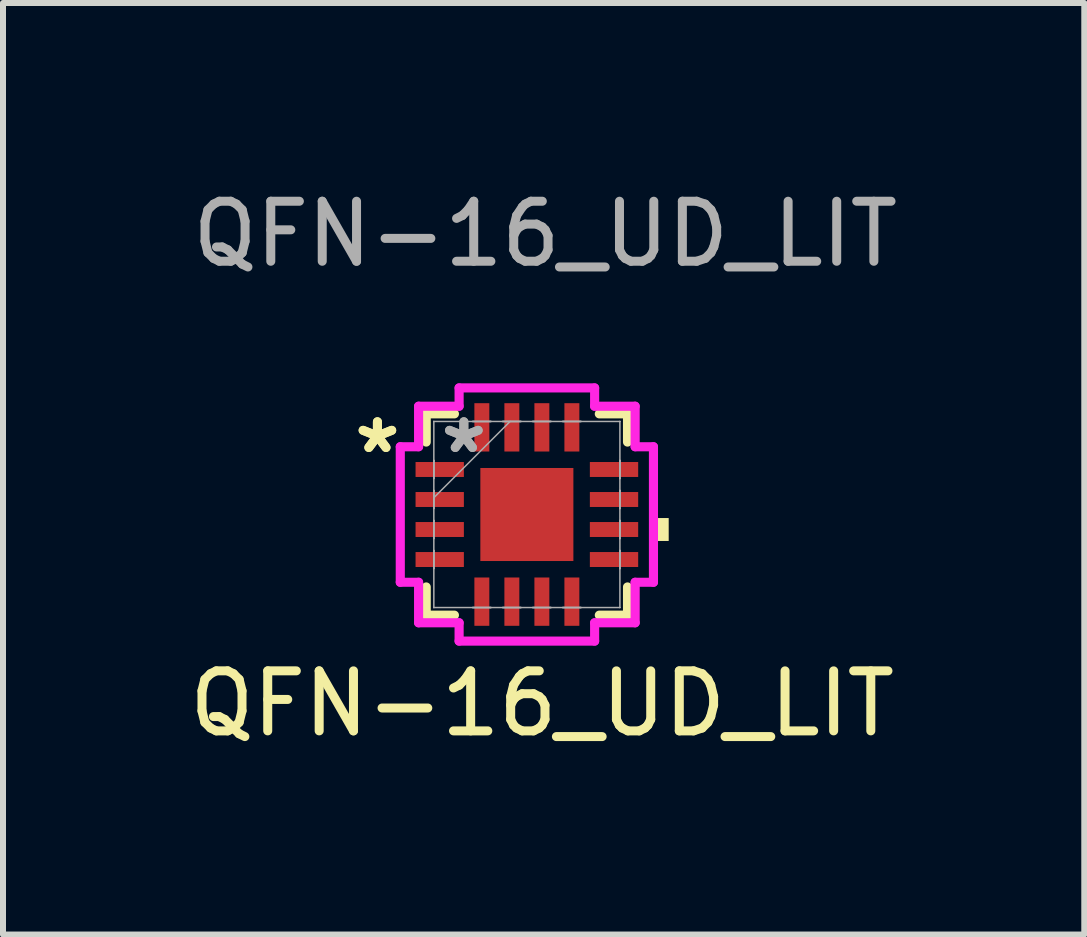
<source format=kicad_pcb>
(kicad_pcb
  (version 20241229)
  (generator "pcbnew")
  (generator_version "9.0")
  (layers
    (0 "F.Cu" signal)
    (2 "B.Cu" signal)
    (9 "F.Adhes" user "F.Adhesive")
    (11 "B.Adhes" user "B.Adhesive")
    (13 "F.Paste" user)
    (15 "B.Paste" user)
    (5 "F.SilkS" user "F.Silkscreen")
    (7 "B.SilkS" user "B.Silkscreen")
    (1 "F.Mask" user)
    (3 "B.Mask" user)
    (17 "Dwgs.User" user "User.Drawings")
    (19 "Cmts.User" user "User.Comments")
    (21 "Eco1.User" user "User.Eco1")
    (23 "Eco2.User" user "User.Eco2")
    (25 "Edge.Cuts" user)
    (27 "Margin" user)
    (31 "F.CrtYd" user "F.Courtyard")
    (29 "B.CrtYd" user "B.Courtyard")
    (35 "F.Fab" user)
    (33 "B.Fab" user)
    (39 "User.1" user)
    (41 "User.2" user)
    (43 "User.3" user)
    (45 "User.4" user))
  (footprint "QFN-16_UD_LIT"
    (layer "F.Cu")
    (at 5.728 5.522)
    (property "Reference" "QFN-16_UD_LIT" (at 0.254 3.15 0) (unlocked yes) (layer "F.SilkS") (effects (font (size 1 1) (thickness 0.15))))
    (attr smd)
    (fp_line (start -1.677 -1.677) (end -1.677 -1.207) (stroke (width 0.152) (type solid)) (layer "F.SilkS"))
    (fp_line (start -1.677 1.207) (end -1.677 1.677) (stroke (width 0.152) (type solid)) (layer "F.SilkS"))
    (fp_line (start -1.677 1.677) (end -1.207 1.677) (stroke (width 0.152) (type solid)) (layer "F.SilkS"))
    (fp_line (start -1.207 -1.677) (end -1.677 -1.677) (stroke (width 0.152) (type solid)) (layer "F.SilkS"))
    (fp_line (start 1.207 1.677) (end 1.677 1.677) (stroke (width 0.152) (type solid)) (layer "F.SilkS"))
    (fp_line (start 1.677 -1.677) (end 1.207 -1.677) (stroke (width 0.152) (type solid)) (layer "F.SilkS"))
    (fp_line (start 1.677 -1.207) (end 1.677 -1.677) (stroke (width 0.152) (type solid)) (layer "F.SilkS"))
    (fp_line (start 1.677 1.677) (end 1.677 1.207) (stroke (width 0.152) (type solid)) (layer "F.SilkS"))
    (fp_poly (pts (xy 2.363 0.059) (xy 2.363 0.441) (xy 2.109 0.441) (xy 2.109 0.059)) (stroke (width 0) (type solid)) (fill yes) (layer "F.SilkS"))
    (fp_line (start -2.109 -1.129) (end -1.804 -1.129) (stroke (width 0.152) (type solid)) (layer "F.CrtYd"))
    (fp_line (start -2.109 1.129) (end -2.109 -1.129) (stroke (width 0.152) (type solid)) (layer "F.CrtYd"))
    (fp_line (start -1.804 -1.804) (end -1.129 -1.804) (stroke (width 0.152) (type solid)) (layer "F.CrtYd"))
    (fp_line (start -1.804 -1.129) (end -1.804 -1.804) (stroke (width 0.152) (type solid)) (layer "F.CrtYd"))
    (fp_line (start -1.804 1.129) (end -2.109 1.129) (stroke (width 0.152) (type solid)) (layer "F.CrtYd"))
    (fp_line (start -1.804 1.804) (end -1.804 1.129) (stroke (width 0.152) (type solid)) (layer "F.CrtYd"))
    (fp_line (start -1.129 -2.109) (end 1.129 -2.109) (stroke (width 0.152) (type solid)) (layer "F.CrtYd"))
    (fp_line (start -1.129 -1.804) (end -1.129 -2.109) (stroke (width 0.152) (type solid)) (layer "F.CrtYd"))
    (fp_line (start -1.129 1.804) (end -1.804 1.804) (stroke (width 0.152) (type solid)) (layer "F.CrtYd"))
    (fp_line (start -1.129 2.109) (end -1.129 1.804) (stroke (width 0.152) (type solid)) (layer "F.CrtYd"))
    (fp_line (start 1.129 -2.109) (end 1.129 -1.804) (stroke (width 0.152) (type solid)) (layer "F.CrtYd"))
    (fp_line (start 1.129 -1.804) (end 1.804 -1.804) (stroke (width 0.152) (type solid)) (layer "F.CrtYd"))
    (fp_line (start 1.129 1.804) (end 1.129 2.109) (stroke (width 0.152) (type solid)) (layer "F.CrtYd"))
    (fp_line (start 1.129 2.109) (end -1.129 2.109) (stroke (width 0.152) (type solid)) (layer "F.CrtYd"))
    (fp_line (start 1.804 -1.804) (end 1.804 -1.129) (stroke (width 0.152) (type solid)) (layer "F.CrtYd"))
    (fp_line (start 1.804 -1.129) (end 2.109 -1.129) (stroke (width 0.152) (type solid)) (layer "F.CrtYd"))
    (fp_line (start 1.804 1.129) (end 1.804 1.804) (stroke (width 0.152) (type solid)) (layer "F.CrtYd"))
    (fp_line (start 1.804 1.804) (end 1.129 1.804) (stroke (width 0.152) (type solid)) (layer "F.CrtYd"))
    (fp_line (start 2.109 -1.129) (end 2.109 1.129) (stroke (width 0.152) (type solid)) (layer "F.CrtYd"))
    (fp_line (start 2.109 1.129) (end 1.804 1.129) (stroke (width 0.152) (type solid)) (layer "F.CrtYd"))
    (fp_line (start -1.55 -1.55) (end -1.55 -1.55) (stroke (width 0.025) (type solid)) (layer "F.Fab"))
    (fp_line (start -1.55 -1.55) (end -1.55 1.55) (stroke (width 0.025) (type solid)) (layer "F.Fab"))
    (fp_line (start -1.55 -0.9) (end -1.55 -0.9) (stroke (width 0.025) (type solid)) (layer "F.Fab"))
    (fp_line (start -1.55 -0.9) (end -1.55 -0.6) (stroke (width 0.025) (type solid)) (layer "F.Fab"))
    (fp_line (start -1.55 -0.6) (end -1.55 -0.9) (stroke (width 0.025) (type solid)) (layer "F.Fab"))
    (fp_line (start -1.55 -0.6) (end -1.55 -0.6) (stroke (width 0.025) (type solid)) (layer "F.Fab"))
    (fp_line (start -1.55 -0.4) (end -1.55 -0.4) (stroke (width 0.025) (type solid)) (layer "F.Fab"))
    (fp_line (start -1.55 -0.4) (end -1.55 -0.1) (stroke (width 0.025) (type solid)) (layer "F.Fab"))
    (fp_line (start -1.55 -0.28) (end -0.28 -1.55) (stroke (width 0.025) (type solid)) (layer "F.Fab"))
    (fp_line (start -1.55 -0.1) (end -1.55 -0.4) (stroke (width 0.025) (type solid)) (layer "F.Fab"))
    (fp_line (start -1.55 -0.1) (end -1.55 -0.1) (stroke (width 0.025) (type solid)) (layer "F.Fab"))
    (fp_line (start -1.55 0.1) (end -1.55 0.1) (stroke (width 0.025) (type solid)) (layer "F.Fab"))
    (fp_line (start -1.55 0.1) (end -1.55 0.4) (stroke (width 0.025) (type solid)) (layer "F.Fab"))
    (fp_line (start -1.55 0.4) (end -1.55 0.1) (stroke (width 0.025) (type solid)) (layer "F.Fab"))
    (fp_line (start -1.55 0.4) (end -1.55 0.4) (stroke (width 0.025) (type solid)) (layer "F.Fab"))
    (fp_line (start -1.55 0.6) (end -1.55 0.6) (stroke (width 0.025) (type solid)) (layer "F.Fab"))
    (fp_line (start -1.55 0.6) (end -1.55 0.9) (stroke (width 0.025) (type solid)) (layer "F.Fab"))
    (fp_line (start -1.55 0.9) (end -1.55 0.6) (stroke (width 0.025) (type solid)) (layer "F.Fab"))
    (fp_line (start -1.55 0.9) (end -1.55 0.9) (stroke (width 0.025) (type solid)) (layer "F.Fab"))
    (fp_line (start -1.55 1.55) (end -1.55 1.55) (stroke (width 0.025) (type solid)) (layer "F.Fab"))
    (fp_line (start -1.55 1.55) (end 1.55 1.55) (stroke (width 0.025) (type solid)) (layer "F.Fab"))
    (fp_line (start -0.9 -1.55) (end -0.9 -1.55) (stroke (width 0.025) (type solid)) (layer "F.Fab"))
    (fp_line (start -0.9 -1.55) (end -0.6 -1.55) (stroke (width 0.025) (type solid)) (layer "F.Fab"))
    (fp_line (start -0.9 1.55) (end -0.9 1.55) (stroke (width 0.025) (type solid)) (layer "F.Fab"))
    (fp_line (start -0.9 1.55) (end -0.6 1.55) (stroke (width 0.025) (type solid)) (layer "F.Fab"))
    (fp_line (start -0.6 -1.55) (end -0.9 -1.55) (stroke (width 0.025) (type solid)) (layer "F.Fab"))
    (fp_line (start -0.6 -1.55) (end -0.6 -1.55) (stroke (width 0.025) (type solid)) (layer "F.Fab"))
    (fp_line (start -0.6 1.55) (end -0.9 1.55) (stroke (width 0.025) (type solid)) (layer "F.Fab"))
    (fp_line (start -0.6 1.55) (end -0.6 1.55) (stroke (width 0.025) (type solid)) (layer "F.Fab"))
    (fp_line (start -0.4 -1.55) (end -0.4 -1.55) (stroke (width 0.025) (type solid)) (layer "F.Fab"))
    (fp_line (start -0.4 -1.55) (end -0.1 -1.55) (stroke (width 0.025) (type solid)) (layer "F.Fab"))
    (fp_line (start -0.4 1.55) (end -0.4 1.55) (stroke (width 0.025) (type solid)) (layer "F.Fab"))
    (fp_line (start -0.4 1.55) (end -0.1 1.55) (stroke (width 0.025) (type solid)) (layer "F.Fab"))
    (fp_line (start -0.1 -1.55) (end -0.4 -1.55) (stroke (width 0.025) (type solid)) (layer "F.Fab"))
    (fp_line (start -0.1 -1.55) (end -0.1 -1.55) (stroke (width 0.025) (type solid)) (layer "F.Fab"))
    (fp_line (start -0.1 1.55) (end -0.4 1.55) (stroke (width 0.025) (type solid)) (layer "F.Fab"))
    (fp_line (start -0.1 1.55) (end -0.1 1.55) (stroke (width 0.025) (type solid)) (layer "F.Fab"))
    (fp_line (start 0.1 -1.55) (end 0.1 -1.55) (stroke (width 0.025) (type solid)) (layer "F.Fab"))
    (fp_line (start 0.1 -1.55) (end 0.4 -1.55) (stroke (width 0.025) (type solid)) (layer "F.Fab"))
    (fp_line (start 0.1 1.55) (end 0.1 1.55) (stroke (width 0.025) (type solid)) (layer "F.Fab"))
    (fp_line (start 0.1 1.55) (end 0.4 1.55) (stroke (width 0.025) (type solid)) (layer "F.Fab"))
    (fp_line (start 0.4 -1.55) (end 0.1 -1.55) (stroke (width 0.025) (type solid)) (layer "F.Fab"))
    (fp_line (start 0.4 -1.55) (end 0.4 -1.55) (stroke (width 0.025) (type solid)) (layer "F.Fab"))
    (fp_line (start 0.4 1.55) (end 0.1 1.55) (stroke (width 0.025) (type solid)) (layer "F.Fab"))
    (fp_line (start 0.4 1.55) (end 0.4 1.55) (stroke (width 0.025) (type solid)) (layer "F.Fab"))
    (fp_line (start 0.6 -1.55) (end 0.6 -1.55) (stroke (width 0.025) (type solid)) (layer "F.Fab"))
    (fp_line (start 0.6 -1.55) (end 0.9 -1.55) (stroke (width 0.025) (type solid)) (layer "F.Fab"))
    (fp_line (start 0.6 1.55) (end 0.6 1.55) (stroke (width 0.025) (type solid)) (layer "F.Fab"))
    (fp_line (start 0.6 1.55) (end 0.9 1.55) (stroke (width 0.025) (type solid)) (layer "F.Fab"))
    (fp_line (start 0.9 -1.55) (end 0.6 -1.55) (stroke (width 0.025) (type solid)) (layer "F.Fab"))
    (fp_line (start 0.9 -1.55) (end 0.9 -1.55) (stroke (width 0.025) (type solid)) (layer "F.Fab"))
    (fp_line (start 0.9 1.55) (end 0.6 1.55) (stroke (width 0.025) (type solid)) (layer "F.Fab"))
    (fp_line (start 0.9 1.55) (end 0.9 1.55) (stroke (width 0.025) (type solid)) (layer "F.Fab"))
    (fp_line (start 1.55 -1.55) (end -1.55 -1.55) (stroke (width 0.025) (type solid)) (layer "F.Fab"))
    (fp_line (start 1.55 -1.55) (end 1.55 -1.55) (stroke (width 0.025) (type solid)) (layer "F.Fab"))
    (fp_line (start 1.55 -0.9) (end 1.55 -0.9) (stroke (width 0.025) (type solid)) (layer "F.Fab"))
    (fp_line (start 1.55 -0.9) (end 1.55 -0.6) (stroke (width 0.025) (type solid)) (layer "F.Fab"))
    (fp_line (start 1.55 -0.6) (end 1.55 -0.9) (stroke (width 0.025) (type solid)) (layer "F.Fab"))
    (fp_line (start 1.55 -0.6) (end 1.55 -0.6) (stroke (width 0.025) (type solid)) (layer "F.Fab"))
    (fp_line (start 1.55 -0.4) (end 1.55 -0.4) (stroke (width 0.025) (type solid)) (layer "F.Fab"))
    (fp_line (start 1.55 -0.4) (end 1.55 -0.1) (stroke (width 0.025) (type solid)) (layer "F.Fab"))
    (fp_line (start 1.55 -0.1) (end 1.55 -0.4) (stroke (width 0.025) (type solid)) (layer "F.Fab"))
    (fp_line (start 1.55 -0.1) (end 1.55 -0.1) (stroke (width 0.025) (type solid)) (layer "F.Fab"))
    (fp_line (start 1.55 0.1) (end 1.55 0.1) (stroke (width 0.025) (type solid)) (layer "F.Fab"))
    (fp_line (start 1.55 0.1) (end 1.55 0.4) (stroke (width 0.025) (type solid)) (layer "F.Fab"))
    (fp_line (start 1.55 0.4) (end 1.55 0.1) (stroke (width 0.025) (type solid)) (layer "F.Fab"))
    (fp_line (start 1.55 0.4) (end 1.55 0.4) (stroke (width 0.025) (type solid)) (layer "F.Fab"))
    (fp_line (start 1.55 0.6) (end 1.55 0.6) (stroke (width 0.025) (type solid)) (layer "F.Fab"))
    (fp_line (start 1.55 0.6) (end 1.55 0.9) (stroke (width 0.025) (type solid)) (layer "F.Fab"))
    (fp_line (start 1.55 0.9) (end 1.55 0.6) (stroke (width 0.025) (type solid)) (layer "F.Fab"))
    (fp_line (start 1.55 0.9) (end 1.55 0.9) (stroke (width 0.025) (type solid)) (layer "F.Fab"))
    (fp_line (start 1.55 1.55) (end 1.55 -1.55) (stroke (width 0.025) (type solid)) (layer "F.Fab"))
    (fp_line (start 1.55 1.55) (end 1.55 1.55) (stroke (width 0.025) (type solid)) (layer "F.Fab"))
    (fp_text user "*" (at -2.49 -1 0) (unlocked yes) (layer "F.SilkS") (effects (font (size 1 1) (thickness 0.15))))
    (fp_text user "*" (at -2.49 -1 0) (layer "F.SilkS") (effects (font (size 1 1) (thickness 0.15))))
    (fp_text user "${REFERENCE}" (at 0.305 -4.674 0) (unlocked yes) (layer "F.Fab") (effects (font (size 1 1) (thickness 0.15))))
    (fp_text user "*" (at -1.05 -1 0) (layer "F.Fab") (effects (font (size 1 1) (thickness 0.15))))
    (fp_text user "*" (at -1.05 -1 0) (unlocked yes) (layer "F.Fab") (effects (font (size 1 1) (thickness 0.15))))
    (pad "1" smd rect (at -1.452 -0.75 90) (size 0.249 0.805) (layers "F.Cu" "F.Mask" "F.Paste"))
    (pad "2" smd rect (at -1.452 -0.25 90) (size 0.249 0.805) (layers "F.Cu" "F.Mask" "F.Paste"))
    (pad "3" smd rect (at -1.452 0.25 90) (size 0.249 0.805) (layers "F.Cu" "F.Mask" "F.Paste"))
    (pad "4" smd rect (at -1.452 0.75 90) (size 0.249 0.805) (layers "F.Cu" "F.Mask" "F.Paste"))
    (pad "5" smd rect (at -0.75 1.452) (size 0.249 0.805) (layers "F.Cu" "F.Mask" "F.Paste"))
    (pad "6" smd rect (at -0.25 1.452) (size 0.249 0.805) (layers "F.Cu" "F.Mask" "F.Paste"))
    (pad "7" smd rect (at 0.25 1.452) (size 0.249 0.805) (layers "F.Cu" "F.Mask" "F.Paste"))
    (pad "8" smd rect (at 0.75 1.452) (size 0.249 0.805) (layers "F.Cu" "F.Mask" "F.Paste"))
    (pad "9" smd rect (at 1.452 0.75 90) (size 0.249 0.805) (layers "F.Cu" "F.Mask" "F.Paste"))
    (pad "10" smd rect (at 1.452 0.25 90) (size 0.249 0.805) (layers "F.Cu" "F.Mask" "F.Paste"))
    (pad "11" smd rect (at 1.452 -0.25 90) (size 0.249 0.805) (layers "F.Cu" "F.Mask" "F.Paste"))
    (pad "12" smd rect (at 1.452 -0.75 90) (size 0.249 0.805) (layers "F.Cu" "F.Mask" "F.Paste"))
    (pad "13" smd rect (at 0.75 -1.452) (size 0.249 0.805) (layers "F.Cu" "F.Mask" "F.Paste"))
    (pad "14" smd rect (at 0.25 -1.452) (size 0.249 0.805) (layers "F.Cu" "F.Mask" "F.Paste"))
    (pad "15" smd rect (at -0.25 -1.452) (size 0.249 0.805) (layers "F.Cu" "F.Mask" "F.Paste"))
    (pad "16" smd rect (at -0.75 -1.452) (size 0.249 0.805) (layers "F.Cu" "F.Mask" "F.Paste"))
    (pad "17" smd rect (at 0 0) (size 1.55 1.55) (layers "F.Cu" "F.Mask" "F.Paste")))
  (gr_rect
    (start -3 -3)
    (end 15.015 12.52)
    (stroke (width 0.1) (type default))
    (fill no)
    (layer "Edge.Cuts")))
</source>
